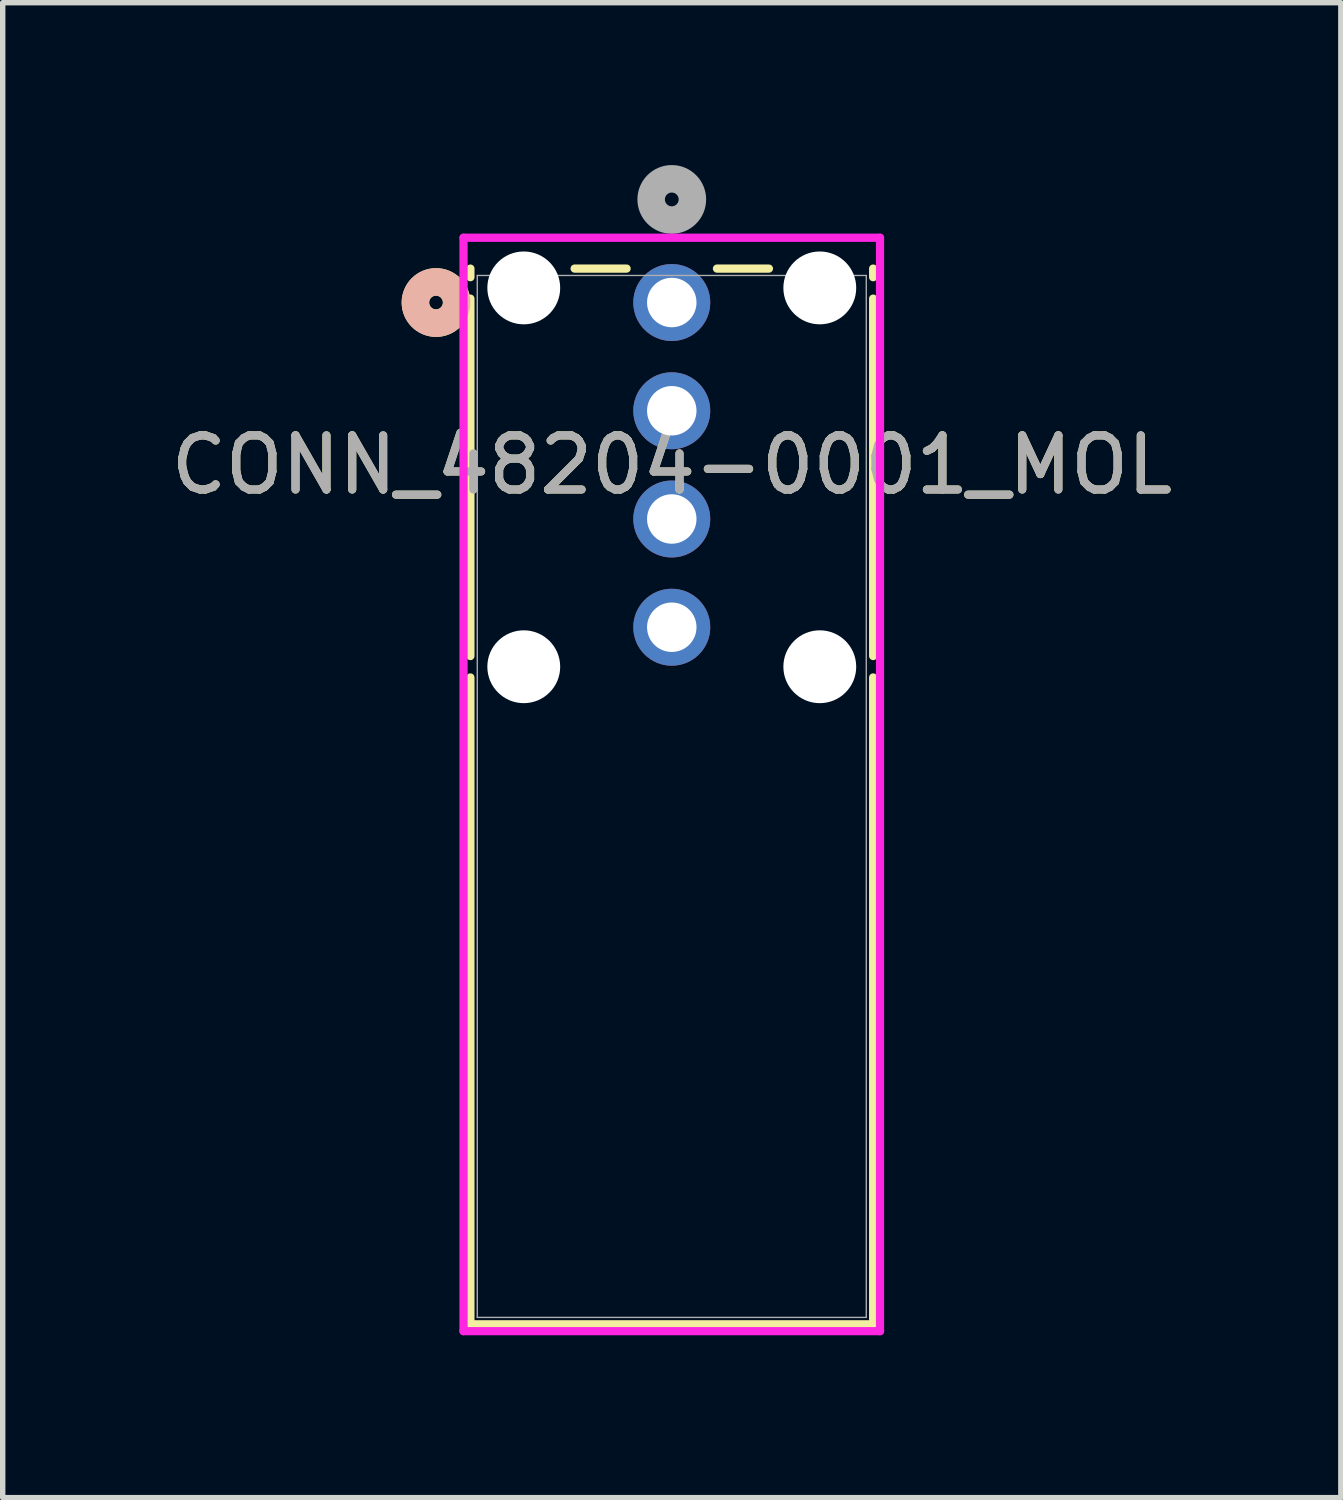
<source format=kicad_pcb>
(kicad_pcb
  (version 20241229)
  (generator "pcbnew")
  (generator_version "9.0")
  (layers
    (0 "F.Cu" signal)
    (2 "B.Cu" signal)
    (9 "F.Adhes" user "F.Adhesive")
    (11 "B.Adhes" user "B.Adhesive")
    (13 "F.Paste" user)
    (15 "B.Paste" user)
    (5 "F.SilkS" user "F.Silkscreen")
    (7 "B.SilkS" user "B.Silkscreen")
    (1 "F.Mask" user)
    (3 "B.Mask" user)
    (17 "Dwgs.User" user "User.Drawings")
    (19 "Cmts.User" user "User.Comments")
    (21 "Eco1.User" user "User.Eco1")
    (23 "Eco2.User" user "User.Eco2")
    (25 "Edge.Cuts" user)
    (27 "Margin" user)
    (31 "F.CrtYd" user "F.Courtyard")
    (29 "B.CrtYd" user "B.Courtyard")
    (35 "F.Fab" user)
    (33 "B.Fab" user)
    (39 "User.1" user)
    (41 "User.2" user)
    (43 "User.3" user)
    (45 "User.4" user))
  (footprint "CONN_48204-0001_MOL"
    (layer "F.Cu")
    (at 9.363 2.54)
    (property "Reference" "CONN_48204-0001_MOL" (at 0 3 0) (unlocked yes) (layer "F.SilkS") (effects (font (size 1 1) (thickness 0.15))))
    (attr through_hole)
    (fp_line (start -3.721 -0.627) (end -3.721 -0.468) (stroke (width 0.152) (type solid)) (layer "F.SilkS"))
    (fp_line (start -3.721 -0.072) (end -3.721 6.532) (stroke (width 0.152) (type solid)) (layer "F.SilkS"))
    (fp_line (start -3.721 6.928) (end -3.721 18.88) (stroke (width 0.152) (type solid)) (layer "F.SilkS"))
    (fp_line (start -3.721 18.88) (end 3.721 18.88) (stroke (width 0.152) (type solid)) (layer "F.SilkS"))
    (fp_line (start -0.835 -0.627) (end -1.795 -0.627) (stroke (width 0.152) (type solid)) (layer "F.SilkS"))
    (fp_line (start 1.795 -0.627) (end 0.835 -0.627) (stroke (width 0.152) (type solid)) (layer "F.SilkS"))
    (fp_line (start 3.721 -0.468) (end 3.721 -0.627) (stroke (width 0.152) (type solid)) (layer "F.SilkS"))
    (fp_line (start 3.721 6.532) (end 3.721 -0.072) (stroke (width 0.152) (type solid)) (layer "F.SilkS"))
    (fp_line (start 3.721 18.88) (end 3.721 6.928) (stroke (width 0.152) (type solid)) (layer "F.SilkS"))
    (fp_circle (center -4.356 0) (end -3.975 0) (stroke (width 0.508) (type solid)) (fill no) (layer "F.SilkS"))
    (fp_circle (center -4.356 0) (end -3.975 0) (stroke (width 0.508) (type solid)) (fill no) (layer "B.SilkS"))
    (fp_line (start -3.848 -1.197) (end -3.848 19.007) (stroke (width 0.152) (type solid)) (layer "F.CrtYd"))
    (fp_line (start -3.848 19.007) (end 3.848 19.007) (stroke (width 0.152) (type solid)) (layer "F.CrtYd"))
    (fp_line (start 3.848 -1.197) (end -3.848 -1.197) (stroke (width 0.152) (type solid)) (layer "F.CrtYd"))
    (fp_line (start 3.848 19.007) (end 3.848 -1.197) (stroke (width 0.152) (type solid)) (layer "F.CrtYd"))
    (fp_line (start -3.594 -0.5) (end -3.594 18.753) (stroke (width 0.025) (type solid)) (layer "F.Fab"))
    (fp_line (start -3.594 18.753) (end 3.594 18.753) (stroke (width 0.025) (type solid)) (layer "F.Fab"))
    (fp_line (start 3.594 -0.5) (end -3.594 -0.5) (stroke (width 0.025) (type solid)) (layer "F.Fab"))
    (fp_line (start 3.594 18.753) (end 3.594 -0.5) (stroke (width 0.025) (type solid)) (layer "F.Fab"))
    (fp_circle (center 0 -1.905) (end 0.381 -1.905) (stroke (width 0.508) (type solid)) (fill no) (layer "F.Fab"))
    (fp_text user "${REFERENCE}" (at 0 3 0) (unlocked yes) (layer "F.Fab") (effects (font (size 1 1) (thickness 0.15))))
    (pad "" np_thru_hole circle (at -2.735 -0.27 90) (size 1.346 1.346) (drill 1.346) (layers "*.Cu" "*.Mask"))
    (pad "" np_thru_hole circle (at -2.735 6.73 90) (size 1.346 1.346) (drill 1.346) (layers "*.Cu" "*.Mask"))
    (pad "" np_thru_hole circle (at 2.735 -0.27 90) (size 1.346 1.346) (drill 1.346) (layers "*.Cu" "*.Mask"))
    (pad "" np_thru_hole circle (at 2.735 6.73 90) (size 1.346 1.346) (drill 1.346) (layers "*.Cu" "*.Mask"))
    (pad "1" thru_hole circle (at 0 0) (size 1.422 1.422) (drill 0.914) (layers "*.Cu" "*.Mask"))
    (pad "2" thru_hole circle (at 0 2) (size 1.422 1.422) (drill 0.914) (layers "*.Cu" "*.Mask"))
    (pad "3" thru_hole circle (at 0 4) (size 1.422 1.422) (drill 0.914) (layers "*.Cu" "*.Mask"))
    (pad "4" thru_hole circle (at 0 6) (size 1.422 1.422) (drill 0.914) (layers "*.Cu" "*.Mask")))
  (gr_rect
    (start -3 -3)
    (end 21.726 24.623)
    (stroke (width 0.1) (type default))
    (fill no)
    (layer "Edge.Cuts")))
</source>
